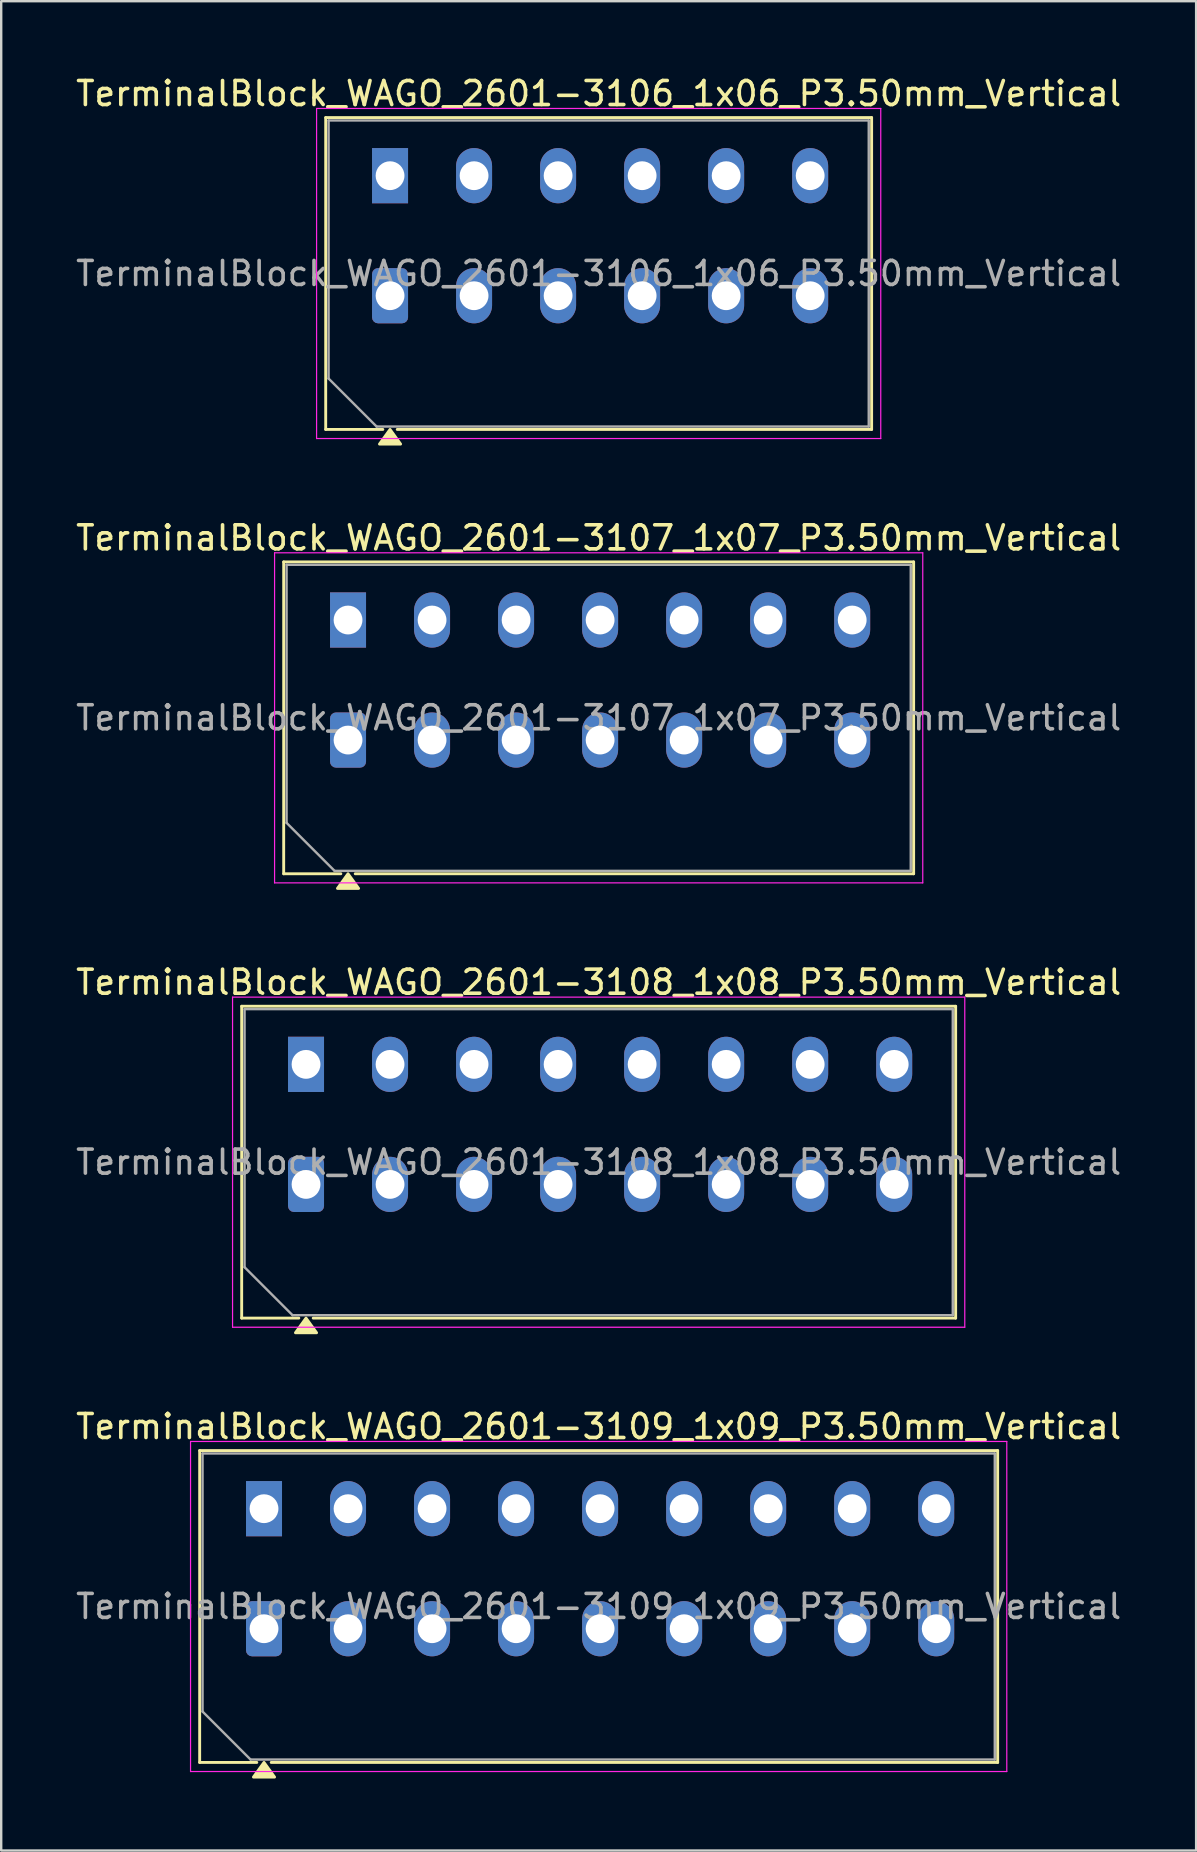
<source format=kicad_pcb>
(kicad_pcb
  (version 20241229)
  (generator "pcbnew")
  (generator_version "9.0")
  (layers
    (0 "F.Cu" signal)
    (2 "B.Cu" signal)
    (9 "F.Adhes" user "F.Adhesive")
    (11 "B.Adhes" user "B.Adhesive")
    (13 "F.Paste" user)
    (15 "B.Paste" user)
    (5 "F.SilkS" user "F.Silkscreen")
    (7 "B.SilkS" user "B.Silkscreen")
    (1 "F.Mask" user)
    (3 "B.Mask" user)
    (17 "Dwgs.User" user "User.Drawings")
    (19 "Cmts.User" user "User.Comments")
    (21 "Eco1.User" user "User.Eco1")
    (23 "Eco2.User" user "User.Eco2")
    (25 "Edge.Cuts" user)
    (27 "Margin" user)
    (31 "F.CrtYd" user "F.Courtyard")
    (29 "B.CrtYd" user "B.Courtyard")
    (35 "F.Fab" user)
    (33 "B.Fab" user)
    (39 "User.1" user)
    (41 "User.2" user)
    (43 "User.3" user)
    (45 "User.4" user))
  (footprint "TerminalBlock_WAGO_2601-3109_1x09_P3.50mm_Vertical"
    (layer "F.Cu")
    (at 7.947 64.793)
    (property "Reference" "TerminalBlock_WAGO_2601-3109_1x09_P3.50mm_Vertical" (at 13.94 -8.42 0) (layer "F.SilkS") (effects (font (size 1 1) (thickness 0.15))))
    (attr through_hole)
    (fp_line (start -2.68 -7.42) (end 30.56 -7.42) (stroke (width 0.12) (type solid)) (layer "F.SilkS"))
    (fp_line (start -2.68 5.57) (end -2.68 -7.42) (stroke (width 0.12) (type solid)) (layer "F.SilkS"))
    (fp_line (start -0.3 5.57) (end -2.68 5.57) (stroke (width 0.12) (type solid)) (layer "F.SilkS"))
    (fp_line (start 30.56 -7.42) (end 30.56 5.57) (stroke (width 0.12) (type solid)) (layer "F.SilkS"))
    (fp_line (start 30.56 5.57) (end 0.3 5.57) (stroke (width 0.12) (type solid)) (layer "F.SilkS"))
    (fp_poly (pts (xy 0 5.57) (xy 0.44 6.18) (xy -0.44 6.18)) (stroke (width 0.12) (type solid)) (fill yes) (layer "F.SilkS"))
    (fp_line (start -3.06 -7.8) (end -3.06 5.95) (stroke (width 0.05) (type solid)) (layer "F.CrtYd"))
    (fp_line (start -3.06 5.95) (end 30.94 5.95) (stroke (width 0.05) (type solid)) (layer "F.CrtYd"))
    (fp_line (start 30.94 -7.8) (end -3.06 -7.8) (stroke (width 0.05) (type solid)) (layer "F.CrtYd"))
    (fp_line (start 30.94 5.95) (end 30.94 -7.8) (stroke (width 0.05) (type solid)) (layer "F.CrtYd"))
    (fp_line (start -2.56 -7.3) (end 30.44 -7.3) (stroke (width 0.1) (type solid)) (layer "F.Fab"))
    (fp_line (start -2.56 3.45) (end -2.56 -7.3) (stroke (width 0.1) (type solid)) (layer "F.Fab"))
    (fp_line (start -0.56 5.45) (end -2.56 3.45) (stroke (width 0.1) (type solid)) (layer "F.Fab"))
    (fp_line (start 30.44 -7.3) (end 30.44 5.45) (stroke (width 0.1) (type solid)) (layer "F.Fab"))
    (fp_line (start 30.44 5.45) (end -0.56 5.45) (stroke (width 0.1) (type solid)) (layer "F.Fab"))
    (fp_text user "${REFERENCE}" (at 13.94 -0.925 0) (layer "F.Fab") (effects (font (size 1 1) (thickness 0.15))))
    (pad "1" thru_hole rect (at 0 -5) (size 1.5 2.3) (drill 1.2) (layers "*.Cu" "*.Mask"))
    (pad "1" thru_hole roundrect (at 0 0) (size 1.5 2.3) (drill 1.2) (layers "*.Cu" "*.Mask") (roundrect_rratio 0.167))
    (pad "2" thru_hole oval (at 3.5 -5) (size 1.5 2.3) (drill 1.2) (layers "*.Cu" "*.Mask"))
    (pad "2" thru_hole oval (at 3.5 0) (size 1.5 2.3) (drill 1.2) (layers "*.Cu" "*.Mask"))
    (pad "3" thru_hole oval (at 7 -5) (size 1.5 2.3) (drill 1.2) (layers "*.Cu" "*.Mask"))
    (pad "3" thru_hole oval (at 7 0) (size 1.5 2.3) (drill 1.2) (layers "*.Cu" "*.Mask"))
    (pad "4" thru_hole oval (at 10.5 -5) (size 1.5 2.3) (drill 1.2) (layers "*.Cu" "*.Mask"))
    (pad "4" thru_hole oval (at 10.5 0) (size 1.5 2.3) (drill 1.2) (layers "*.Cu" "*.Mask"))
    (pad "5" thru_hole oval (at 14 -5) (size 1.5 2.3) (drill 1.2) (layers "*.Cu" "*.Mask"))
    (pad "5" thru_hole oval (at 14 0) (size 1.5 2.3) (drill 1.2) (layers "*.Cu" "*.Mask"))
    (pad "6" thru_hole oval (at 17.5 -5) (size 1.5 2.3) (drill 1.2) (layers "*.Cu" "*.Mask"))
    (pad "6" thru_hole oval (at 17.5 0) (size 1.5 2.3) (drill 1.2) (layers "*.Cu" "*.Mask"))
    (pad "7" thru_hole oval (at 21 -5) (size 1.5 2.3) (drill 1.2) (layers "*.Cu" "*.Mask"))
    (pad "7" thru_hole oval (at 21 0) (size 1.5 2.3) (drill 1.2) (layers "*.Cu" "*.Mask"))
    (pad "8" thru_hole oval (at 24.5 -5) (size 1.5 2.3) (drill 1.2) (layers "*.Cu" "*.Mask"))
    (pad "8" thru_hole oval (at 24.5 0) (size 1.5 2.3) (drill 1.2) (layers "*.Cu" "*.Mask"))
    (pad "9" thru_hole oval (at 28 -5) (size 1.5 2.3) (drill 1.2) (layers "*.Cu" "*.Mask"))
    (pad "9" thru_hole oval (at 28 0) (size 1.5 2.3) (drill 1.2) (layers "*.Cu" "*.Mask")))
  (footprint "TerminalBlock_WAGO_2601-3108_1x08_P3.50mm_Vertical"
    (layer "F.Cu")
    (at 9.697 46.285)
    (property "Reference" "TerminalBlock_WAGO_2601-3108_1x08_P3.50mm_Vertical" (at 12.19 -8.42 0) (layer "F.SilkS") (effects (font (size 1 1) (thickness 0.15))))
    (attr through_hole)
    (fp_line (start -2.68 -7.42) (end 27.06 -7.42) (stroke (width 0.12) (type solid)) (layer "F.SilkS"))
    (fp_line (start -2.68 5.57) (end -2.68 -7.42) (stroke (width 0.12) (type solid)) (layer "F.SilkS"))
    (fp_line (start -0.3 5.57) (end -2.68 5.57) (stroke (width 0.12) (type solid)) (layer "F.SilkS"))
    (fp_line (start 27.06 -7.42) (end 27.06 5.57) (stroke (width 0.12) (type solid)) (layer "F.SilkS"))
    (fp_line (start 27.06 5.57) (end 0.3 5.57) (stroke (width 0.12) (type solid)) (layer "F.SilkS"))
    (fp_poly (pts (xy 0 5.57) (xy 0.44 6.18) (xy -0.44 6.18)) (stroke (width 0.12) (type solid)) (fill yes) (layer "F.SilkS"))
    (fp_line (start -3.06 -7.8) (end -3.06 5.95) (stroke (width 0.05) (type solid)) (layer "F.CrtYd"))
    (fp_line (start -3.06 5.95) (end 27.44 5.95) (stroke (width 0.05) (type solid)) (layer "F.CrtYd"))
    (fp_line (start 27.44 -7.8) (end -3.06 -7.8) (stroke (width 0.05) (type solid)) (layer "F.CrtYd"))
    (fp_line (start 27.44 5.95) (end 27.44 -7.8) (stroke (width 0.05) (type solid)) (layer "F.CrtYd"))
    (fp_line (start -2.56 -7.3) (end 26.94 -7.3) (stroke (width 0.1) (type solid)) (layer "F.Fab"))
    (fp_line (start -2.56 3.45) (end -2.56 -7.3) (stroke (width 0.1) (type solid)) (layer "F.Fab"))
    (fp_line (start -0.56 5.45) (end -2.56 3.45) (stroke (width 0.1) (type solid)) (layer "F.Fab"))
    (fp_line (start 26.94 -7.3) (end 26.94 5.45) (stroke (width 0.1) (type solid)) (layer "F.Fab"))
    (fp_line (start 26.94 5.45) (end -0.56 5.45) (stroke (width 0.1) (type solid)) (layer "F.Fab"))
    (fp_text user "${REFERENCE}" (at 12.19 -0.925 0) (layer "F.Fab") (effects (font (size 1 1) (thickness 0.15))))
    (pad "1" thru_hole rect (at 0 -5) (size 1.5 2.3) (drill 1.2) (layers "*.Cu" "*.Mask"))
    (pad "1" thru_hole roundrect (at 0 0) (size 1.5 2.3) (drill 1.2) (layers "*.Cu" "*.Mask") (roundrect_rratio 0.167))
    (pad "2" thru_hole oval (at 3.5 -5) (size 1.5 2.3) (drill 1.2) (layers "*.Cu" "*.Mask"))
    (pad "2" thru_hole oval (at 3.5 0) (size 1.5 2.3) (drill 1.2) (layers "*.Cu" "*.Mask"))
    (pad "3" thru_hole oval (at 7 -5) (size 1.5 2.3) (drill 1.2) (layers "*.Cu" "*.Mask"))
    (pad "3" thru_hole oval (at 7 0) (size 1.5 2.3) (drill 1.2) (layers "*.Cu" "*.Mask"))
    (pad "4" thru_hole oval (at 10.5 -5) (size 1.5 2.3) (drill 1.2) (layers "*.Cu" "*.Mask"))
    (pad "4" thru_hole oval (at 10.5 0) (size 1.5 2.3) (drill 1.2) (layers "*.Cu" "*.Mask"))
    (pad "5" thru_hole oval (at 14 -5) (size 1.5 2.3) (drill 1.2) (layers "*.Cu" "*.Mask"))
    (pad "5" thru_hole oval (at 14 0) (size 1.5 2.3) (drill 1.2) (layers "*.Cu" "*.Mask"))
    (pad "6" thru_hole oval (at 17.5 -5) (size 1.5 2.3) (drill 1.2) (layers "*.Cu" "*.Mask"))
    (pad "6" thru_hole oval (at 17.5 0) (size 1.5 2.3) (drill 1.2) (layers "*.Cu" "*.Mask"))
    (pad "7" thru_hole oval (at 21 -5) (size 1.5 2.3) (drill 1.2) (layers "*.Cu" "*.Mask"))
    (pad "7" thru_hole oval (at 21 0) (size 1.5 2.3) (drill 1.2) (layers "*.Cu" "*.Mask"))
    (pad "8" thru_hole oval (at 24.5 -5) (size 1.5 2.3) (drill 1.2) (layers "*.Cu" "*.Mask"))
    (pad "8" thru_hole oval (at 24.5 0) (size 1.5 2.3) (drill 1.2) (layers "*.Cu" "*.Mask")))
  (footprint "TerminalBlock_WAGO_2601-3107_1x07_P3.50mm_Vertical"
    (layer "F.Cu")
    (at 11.447 27.776)
    (property "Reference" "TerminalBlock_WAGO_2601-3107_1x07_P3.50mm_Vertical" (at 10.44 -8.42 0) (layer "F.SilkS") (effects (font (size 1 1) (thickness 0.15))))
    (attr through_hole)
    (fp_line (start -2.68 -7.42) (end 23.56 -7.42) (stroke (width 0.12) (type solid)) (layer "F.SilkS"))
    (fp_line (start -2.68 5.57) (end -2.68 -7.42) (stroke (width 0.12) (type solid)) (layer "F.SilkS"))
    (fp_line (start -0.3 5.57) (end -2.68 5.57) (stroke (width 0.12) (type solid)) (layer "F.SilkS"))
    (fp_line (start 23.56 -7.42) (end 23.56 5.57) (stroke (width 0.12) (type solid)) (layer "F.SilkS"))
    (fp_line (start 23.56 5.57) (end 0.3 5.57) (stroke (width 0.12) (type solid)) (layer "F.SilkS"))
    (fp_poly (pts (xy 0 5.57) (xy 0.44 6.18) (xy -0.44 6.18)) (stroke (width 0.12) (type solid)) (fill yes) (layer "F.SilkS"))
    (fp_line (start -3.06 -7.8) (end -3.06 5.95) (stroke (width 0.05) (type solid)) (layer "F.CrtYd"))
    (fp_line (start -3.06 5.95) (end 23.94 5.95) (stroke (width 0.05) (type solid)) (layer "F.CrtYd"))
    (fp_line (start 23.94 -7.8) (end -3.06 -7.8) (stroke (width 0.05) (type solid)) (layer "F.CrtYd"))
    (fp_line (start 23.94 5.95) (end 23.94 -7.8) (stroke (width 0.05) (type solid)) (layer "F.CrtYd"))
    (fp_line (start -2.56 -7.3) (end 23.44 -7.3) (stroke (width 0.1) (type solid)) (layer "F.Fab"))
    (fp_line (start -2.56 3.45) (end -2.56 -7.3) (stroke (width 0.1) (type solid)) (layer "F.Fab"))
    (fp_line (start -0.56 5.45) (end -2.56 3.45) (stroke (width 0.1) (type solid)) (layer "F.Fab"))
    (fp_line (start 23.44 -7.3) (end 23.44 5.45) (stroke (width 0.1) (type solid)) (layer "F.Fab"))
    (fp_line (start 23.44 5.45) (end -0.56 5.45) (stroke (width 0.1) (type solid)) (layer "F.Fab"))
    (fp_text user "${REFERENCE}" (at 10.44 -0.925 0) (layer "F.Fab") (effects (font (size 1 1) (thickness 0.15))))
    (pad "1" thru_hole rect (at 0 -5) (size 1.5 2.3) (drill 1.2) (layers "*.Cu" "*.Mask"))
    (pad "1" thru_hole roundrect (at 0 0) (size 1.5 2.3) (drill 1.2) (layers "*.Cu" "*.Mask") (roundrect_rratio 0.167))
    (pad "2" thru_hole oval (at 3.5 -5) (size 1.5 2.3) (drill 1.2) (layers "*.Cu" "*.Mask"))
    (pad "2" thru_hole oval (at 3.5 0) (size 1.5 2.3) (drill 1.2) (layers "*.Cu" "*.Mask"))
    (pad "3" thru_hole oval (at 7 -5) (size 1.5 2.3) (drill 1.2) (layers "*.Cu" "*.Mask"))
    (pad "3" thru_hole oval (at 7 0) (size 1.5 2.3) (drill 1.2) (layers "*.Cu" "*.Mask"))
    (pad "4" thru_hole oval (at 10.5 -5) (size 1.5 2.3) (drill 1.2) (layers "*.Cu" "*.Mask"))
    (pad "4" thru_hole oval (at 10.5 0) (size 1.5 2.3) (drill 1.2) (layers "*.Cu" "*.Mask"))
    (pad "5" thru_hole oval (at 14 -5) (size 1.5 2.3) (drill 1.2) (layers "*.Cu" "*.Mask"))
    (pad "5" thru_hole oval (at 14 0) (size 1.5 2.3) (drill 1.2) (layers "*.Cu" "*.Mask"))
    (pad "6" thru_hole oval (at 17.5 -5) (size 1.5 2.3) (drill 1.2) (layers "*.Cu" "*.Mask"))
    (pad "6" thru_hole oval (at 17.5 0) (size 1.5 2.3) (drill 1.2) (layers "*.Cu" "*.Mask"))
    (pad "7" thru_hole oval (at 21 -5) (size 1.5 2.3) (drill 1.2) (layers "*.Cu" "*.Mask"))
    (pad "7" thru_hole oval (at 21 0) (size 1.5 2.3) (drill 1.2) (layers "*.Cu" "*.Mask")))
  (footprint "TerminalBlock_WAGO_2601-3106_1x06_P3.50mm_Vertical"
    (layer "F.Cu")
    (at 13.197 9.268)
    (property "Reference" "TerminalBlock_WAGO_2601-3106_1x06_P3.50mm_Vertical" (at 8.69 -8.42 0) (layer "F.SilkS") (effects (font (size 1 1) (thickness 0.15))))
    (attr through_hole)
    (fp_line (start -2.68 -7.42) (end 20.06 -7.42) (stroke (width 0.12) (type solid)) (layer "F.SilkS"))
    (fp_line (start -2.68 5.57) (end -2.68 -7.42) (stroke (width 0.12) (type solid)) (layer "F.SilkS"))
    (fp_line (start -0.3 5.57) (end -2.68 5.57) (stroke (width 0.12) (type solid)) (layer "F.SilkS"))
    (fp_line (start 20.06 -7.42) (end 20.06 5.57) (stroke (width 0.12) (type solid)) (layer "F.SilkS"))
    (fp_line (start 20.06 5.57) (end 0.3 5.57) (stroke (width 0.12) (type solid)) (layer "F.SilkS"))
    (fp_poly (pts (xy 0 5.57) (xy 0.44 6.18) (xy -0.44 6.18)) (stroke (width 0.12) (type solid)) (fill yes) (layer "F.SilkS"))
    (fp_line (start -3.06 -7.8) (end -3.06 5.95) (stroke (width 0.05) (type solid)) (layer "F.CrtYd"))
    (fp_line (start -3.06 5.95) (end 20.44 5.95) (stroke (width 0.05) (type solid)) (layer "F.CrtYd"))
    (fp_line (start 20.44 -7.8) (end -3.06 -7.8) (stroke (width 0.05) (type solid)) (layer "F.CrtYd"))
    (fp_line (start 20.44 5.95) (end 20.44 -7.8) (stroke (width 0.05) (type solid)) (layer "F.CrtYd"))
    (fp_line (start -2.56 -7.3) (end 19.94 -7.3) (stroke (width 0.1) (type solid)) (layer "F.Fab"))
    (fp_line (start -2.56 3.45) (end -2.56 -7.3) (stroke (width 0.1) (type solid)) (layer "F.Fab"))
    (fp_line (start -0.56 5.45) (end -2.56 3.45) (stroke (width 0.1) (type solid)) (layer "F.Fab"))
    (fp_line (start 19.94 -7.3) (end 19.94 5.45) (stroke (width 0.1) (type solid)) (layer "F.Fab"))
    (fp_line (start 19.94 5.45) (end -0.56 5.45) (stroke (width 0.1) (type solid)) (layer "F.Fab"))
    (fp_text user "${REFERENCE}" (at 8.69 -0.925 0) (layer "F.Fab") (effects (font (size 1 1) (thickness 0.15))))
    (pad "1" thru_hole rect (at 0 -5) (size 1.5 2.3) (drill 1.2) (layers "*.Cu" "*.Mask"))
    (pad "1" thru_hole roundrect (at 0 0) (size 1.5 2.3) (drill 1.2) (layers "*.Cu" "*.Mask") (roundrect_rratio 0.167))
    (pad "2" thru_hole oval (at 3.5 -5) (size 1.5 2.3) (drill 1.2) (layers "*.Cu" "*.Mask"))
    (pad "2" thru_hole oval (at 3.5 0) (size 1.5 2.3) (drill 1.2) (layers "*.Cu" "*.Mask"))
    (pad "3" thru_hole oval (at 7 -5) (size 1.5 2.3) (drill 1.2) (layers "*.Cu" "*.Mask"))
    (pad "3" thru_hole oval (at 7 0) (size 1.5 2.3) (drill 1.2) (layers "*.Cu" "*.Mask"))
    (pad "4" thru_hole oval (at 10.5 -5) (size 1.5 2.3) (drill 1.2) (layers "*.Cu" "*.Mask"))
    (pad "4" thru_hole oval (at 10.5 0) (size 1.5 2.3) (drill 1.2) (layers "*.Cu" "*.Mask"))
    (pad "5" thru_hole oval (at 14 -5) (size 1.5 2.3) (drill 1.2) (layers "*.Cu" "*.Mask"))
    (pad "5" thru_hole oval (at 14 0) (size 1.5 2.3) (drill 1.2) (layers "*.Cu" "*.Mask"))
    (pad "6" thru_hole oval (at 17.5 -5) (size 1.5 2.3) (drill 1.2) (layers "*.Cu" "*.Mask"))
    (pad "6" thru_hole oval (at 17.5 0) (size 1.5 2.3) (drill 1.2) (layers "*.Cu" "*.Mask")))
  (gr_rect
    (start -3 -3)
    (end 46.774 74.033)
    (stroke (width 0.1) (type default))
    (fill no)
    (layer "Edge.Cuts")))
</source>
